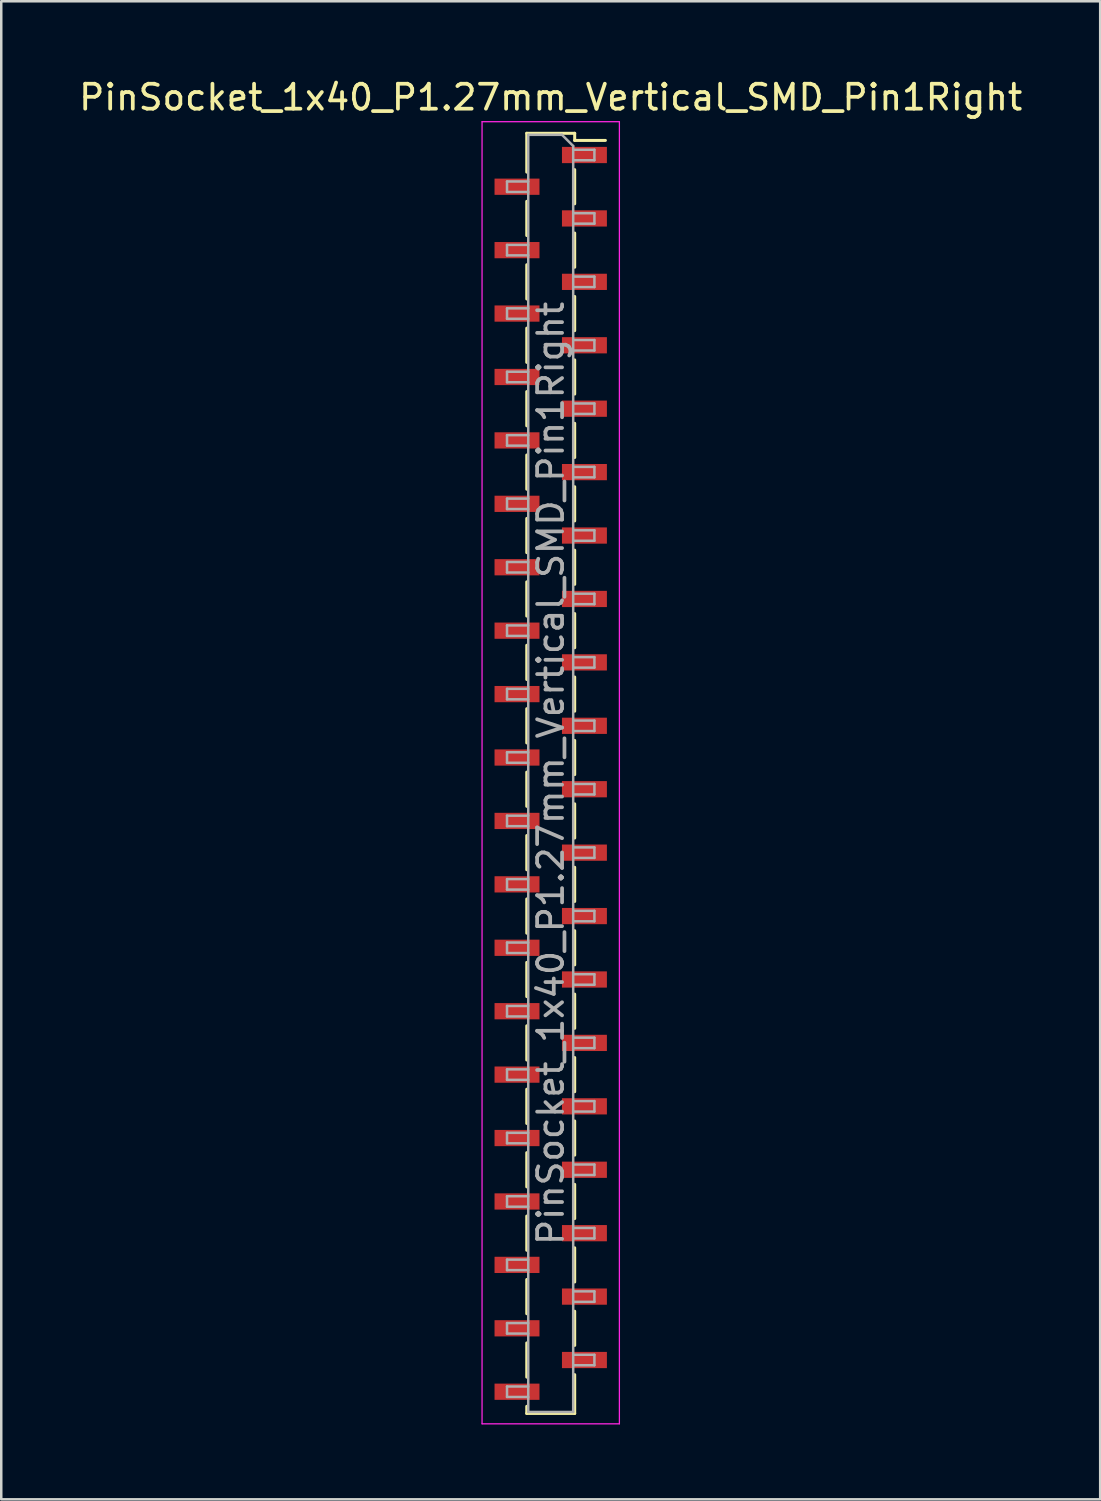
<source format=kicad_pcb>
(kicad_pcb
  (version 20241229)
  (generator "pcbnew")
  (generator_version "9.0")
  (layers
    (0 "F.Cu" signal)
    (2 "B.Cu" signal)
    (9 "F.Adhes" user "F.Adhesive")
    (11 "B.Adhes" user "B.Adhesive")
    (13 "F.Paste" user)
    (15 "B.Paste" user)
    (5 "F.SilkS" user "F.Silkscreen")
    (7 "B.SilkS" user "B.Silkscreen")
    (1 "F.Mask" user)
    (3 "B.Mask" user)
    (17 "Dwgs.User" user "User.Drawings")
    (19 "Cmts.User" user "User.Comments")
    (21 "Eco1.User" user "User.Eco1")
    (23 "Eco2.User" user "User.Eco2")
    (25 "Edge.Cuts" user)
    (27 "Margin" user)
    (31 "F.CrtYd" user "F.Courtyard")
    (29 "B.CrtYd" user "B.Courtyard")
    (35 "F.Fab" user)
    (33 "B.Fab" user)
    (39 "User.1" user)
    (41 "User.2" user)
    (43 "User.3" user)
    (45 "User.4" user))
  (footprint "PinSocket_1x40_P1.27mm_Vertical_SMD_Pin1Right"
    (layer "F.Cu")
    (at 19.006 27.923)
    (property "Reference" "PinSocket_1x40_P1.27mm_Vertical_SMD_Pin1Right" (at 0 -27.075 0) (layer "F.SilkS") (effects (font (size 1 1) (thickness 0.15))))
    (attr smd)
    (fp_line (start -0.96 -25.635) (end -0.96 -24.08) (stroke (width 0.12) (type solid)) (layer "F.SilkS"))
    (fp_line (start -0.96 -25.635) (end 0.96 -25.635) (stroke (width 0.12) (type solid)) (layer "F.SilkS"))
    (fp_line (start -0.96 -22.91) (end -0.96 -21.54) (stroke (width 0.12) (type solid)) (layer "F.SilkS"))
    (fp_line (start -0.96 -20.37) (end -0.96 -19) (stroke (width 0.12) (type solid)) (layer "F.SilkS"))
    (fp_line (start -0.96 -17.83) (end -0.96 -16.46) (stroke (width 0.12) (type solid)) (layer "F.SilkS"))
    (fp_line (start -0.96 -15.29) (end -0.96 -13.92) (stroke (width 0.12) (type solid)) (layer "F.SilkS"))
    (fp_line (start -0.96 -12.75) (end -0.96 -11.38) (stroke (width 0.12) (type solid)) (layer "F.SilkS"))
    (fp_line (start -0.96 -10.21) (end -0.96 -8.84) (stroke (width 0.12) (type solid)) (layer "F.SilkS"))
    (fp_line (start -0.96 -7.67) (end -0.96 -6.3) (stroke (width 0.12) (type solid)) (layer "F.SilkS"))
    (fp_line (start -0.96 -5.13) (end -0.96 -3.76) (stroke (width 0.12) (type solid)) (layer "F.SilkS"))
    (fp_line (start -0.96 -2.59) (end -0.96 -1.22) (stroke (width 0.12) (type solid)) (layer "F.SilkS"))
    (fp_line (start -0.96 -0.05) (end -0.96 1.32) (stroke (width 0.12) (type solid)) (layer "F.SilkS"))
    (fp_line (start -0.96 2.49) (end -0.96 3.86) (stroke (width 0.12) (type solid)) (layer "F.SilkS"))
    (fp_line (start -0.96 5.03) (end -0.96 6.4) (stroke (width 0.12) (type solid)) (layer "F.SilkS"))
    (fp_line (start -0.96 7.57) (end -0.96 8.94) (stroke (width 0.12) (type solid)) (layer "F.SilkS"))
    (fp_line (start -0.96 10.11) (end -0.96 11.48) (stroke (width 0.12) (type solid)) (layer "F.SilkS"))
    (fp_line (start -0.96 12.65) (end -0.96 14.02) (stroke (width 0.12) (type solid)) (layer "F.SilkS"))
    (fp_line (start -0.96 15.19) (end -0.96 16.56) (stroke (width 0.12) (type solid)) (layer "F.SilkS"))
    (fp_line (start -0.96 17.73) (end -0.96 19.1) (stroke (width 0.12) (type solid)) (layer "F.SilkS"))
    (fp_line (start -0.96 20.27) (end -0.96 21.64) (stroke (width 0.12) (type solid)) (layer "F.SilkS"))
    (fp_line (start -0.96 22.81) (end -0.96 24.18) (stroke (width 0.12) (type solid)) (layer "F.SilkS"))
    (fp_line (start -0.96 25.35) (end -0.96 25.635) (stroke (width 0.12) (type solid)) (layer "F.SilkS"))
    (fp_line (start -0.96 25.635) (end 0.96 25.635) (stroke (width 0.12) (type solid)) (layer "F.SilkS"))
    (fp_line (start 0.96 -25.635) (end 0.96 -25.35) (stroke (width 0.12) (type solid)) (layer "F.SilkS"))
    (fp_line (start 0.96 -25.35) (end 2.19 -25.35) (stroke (width 0.12) (type solid)) (layer "F.SilkS"))
    (fp_line (start 0.96 -24.18) (end 0.96 -22.81) (stroke (width 0.12) (type solid)) (layer "F.SilkS"))
    (fp_line (start 0.96 -21.64) (end 0.96 -20.27) (stroke (width 0.12) (type solid)) (layer "F.SilkS"))
    (fp_line (start 0.96 -19.1) (end 0.96 -17.73) (stroke (width 0.12) (type solid)) (layer "F.SilkS"))
    (fp_line (start 0.96 -16.56) (end 0.96 -15.19) (stroke (width 0.12) (type solid)) (layer "F.SilkS"))
    (fp_line (start 0.96 -14.02) (end 0.96 -12.65) (stroke (width 0.12) (type solid)) (layer "F.SilkS"))
    (fp_line (start 0.96 -11.48) (end 0.96 -10.11) (stroke (width 0.12) (type solid)) (layer "F.SilkS"))
    (fp_line (start 0.96 -8.94) (end 0.96 -7.57) (stroke (width 0.12) (type solid)) (layer "F.SilkS"))
    (fp_line (start 0.96 -6.4) (end 0.96 -5.03) (stroke (width 0.12) (type solid)) (layer "F.SilkS"))
    (fp_line (start 0.96 -3.86) (end 0.96 -2.49) (stroke (width 0.12) (type solid)) (layer "F.SilkS"))
    (fp_line (start 0.96 -1.32) (end 0.96 0.05) (stroke (width 0.12) (type solid)) (layer "F.SilkS"))
    (fp_line (start 0.96 1.22) (end 0.96 2.59) (stroke (width 0.12) (type solid)) (layer "F.SilkS"))
    (fp_line (start 0.96 3.76) (end 0.96 5.13) (stroke (width 0.12) (type solid)) (layer "F.SilkS"))
    (fp_line (start 0.96 6.3) (end 0.96 7.67) (stroke (width 0.12) (type solid)) (layer "F.SilkS"))
    (fp_line (start 0.96 8.84) (end 0.96 10.21) (stroke (width 0.12) (type solid)) (layer "F.SilkS"))
    (fp_line (start 0.96 11.38) (end 0.96 12.75) (stroke (width 0.12) (type solid)) (layer "F.SilkS"))
    (fp_line (start 0.96 13.92) (end 0.96 15.29) (stroke (width 0.12) (type solid)) (layer "F.SilkS"))
    (fp_line (start 0.96 16.46) (end 0.96 17.83) (stroke (width 0.12) (type solid)) (layer "F.SilkS"))
    (fp_line (start 0.96 19) (end 0.96 20.37) (stroke (width 0.12) (type solid)) (layer "F.SilkS"))
    (fp_line (start 0.96 21.54) (end 0.96 22.91) (stroke (width 0.12) (type solid)) (layer "F.SilkS"))
    (fp_line (start 0.96 24.08) (end 0.96 25.635) (stroke (width 0.12) (type solid)) (layer "F.SilkS"))
    (fp_line (start -2.75 -26.1) (end 2.75 -26.1) (stroke (width 0.05) (type solid)) (layer "F.CrtYd"))
    (fp_line (start -2.75 26.05) (end -2.75 -26.1) (stroke (width 0.05) (type solid)) (layer "F.CrtYd"))
    (fp_line (start 2.75 -26.1) (end 2.75 26.05) (stroke (width 0.05) (type solid)) (layer "F.CrtYd"))
    (fp_line (start 2.75 26.05) (end -2.75 26.05) (stroke (width 0.05) (type solid)) (layer "F.CrtYd"))
    (fp_line (start -1.75 -23.705) (end -0.9 -23.705) (stroke (width 0.1) (type solid)) (layer "F.Fab"))
    (fp_line (start -1.75 -23.285) (end -1.75 -23.705) (stroke (width 0.1) (type solid)) (layer "F.Fab"))
    (fp_line (start -1.75 -21.165) (end -0.9 -21.165) (stroke (width 0.1) (type solid)) (layer "F.Fab"))
    (fp_line (start -1.75 -20.745) (end -1.75 -21.165) (stroke (width 0.1) (type solid)) (layer "F.Fab"))
    (fp_line (start -1.75 -18.625) (end -0.9 -18.625) (stroke (width 0.1) (type solid)) (layer "F.Fab"))
    (fp_line (start -1.75 -18.205) (end -1.75 -18.625) (stroke (width 0.1) (type solid)) (layer "F.Fab"))
    (fp_line (start -1.75 -16.085) (end -0.9 -16.085) (stroke (width 0.1) (type solid)) (layer "F.Fab"))
    (fp_line (start -1.75 -15.665) (end -1.75 -16.085) (stroke (width 0.1) (type solid)) (layer "F.Fab"))
    (fp_line (start -1.75 -13.545) (end -0.9 -13.545) (stroke (width 0.1) (type solid)) (layer "F.Fab"))
    (fp_line (start -1.75 -13.125) (end -1.75 -13.545) (stroke (width 0.1) (type solid)) (layer "F.Fab"))
    (fp_line (start -1.75 -11.005) (end -0.9 -11.005) (stroke (width 0.1) (type solid)) (layer "F.Fab"))
    (fp_line (start -1.75 -10.585) (end -1.75 -11.005) (stroke (width 0.1) (type solid)) (layer "F.Fab"))
    (fp_line (start -1.75 -8.465) (end -0.9 -8.465) (stroke (width 0.1) (type solid)) (layer "F.Fab"))
    (fp_line (start -1.75 -8.045) (end -1.75 -8.465) (stroke (width 0.1) (type solid)) (layer "F.Fab"))
    (fp_line (start -1.75 -5.925) (end -0.9 -5.925) (stroke (width 0.1) (type solid)) (layer "F.Fab"))
    (fp_line (start -1.75 -5.505) (end -1.75 -5.925) (stroke (width 0.1) (type solid)) (layer "F.Fab"))
    (fp_line (start -1.75 -3.385) (end -0.9 -3.385) (stroke (width 0.1) (type solid)) (layer "F.Fab"))
    (fp_line (start -1.75 -2.965) (end -1.75 -3.385) (stroke (width 0.1) (type solid)) (layer "F.Fab"))
    (fp_line (start -1.75 -0.845) (end -0.9 -0.845) (stroke (width 0.1) (type solid)) (layer "F.Fab"))
    (fp_line (start -1.75 -0.425) (end -1.75 -0.845) (stroke (width 0.1) (type solid)) (layer "F.Fab"))
    (fp_line (start -1.75 1.695) (end -0.9 1.695) (stroke (width 0.1) (type solid)) (layer "F.Fab"))
    (fp_line (start -1.75 2.115) (end -1.75 1.695) (stroke (width 0.1) (type solid)) (layer "F.Fab"))
    (fp_line (start -1.75 4.235) (end -0.9 4.235) (stroke (width 0.1) (type solid)) (layer "F.Fab"))
    (fp_line (start -1.75 4.655) (end -1.75 4.235) (stroke (width 0.1) (type solid)) (layer "F.Fab"))
    (fp_line (start -1.75 6.775) (end -0.9 6.775) (stroke (width 0.1) (type solid)) (layer "F.Fab"))
    (fp_line (start -1.75 7.195) (end -1.75 6.775) (stroke (width 0.1) (type solid)) (layer "F.Fab"))
    (fp_line (start -1.75 9.315) (end -0.9 9.315) (stroke (width 0.1) (type solid)) (layer "F.Fab"))
    (fp_line (start -1.75 9.735) (end -1.75 9.315) (stroke (width 0.1) (type solid)) (layer "F.Fab"))
    (fp_line (start -1.75 11.855) (end -0.9 11.855) (stroke (width 0.1) (type solid)) (layer "F.Fab"))
    (fp_line (start -1.75 12.275) (end -1.75 11.855) (stroke (width 0.1) (type solid)) (layer "F.Fab"))
    (fp_line (start -1.75 14.395) (end -0.9 14.395) (stroke (width 0.1) (type solid)) (layer "F.Fab"))
    (fp_line (start -1.75 14.815) (end -1.75 14.395) (stroke (width 0.1) (type solid)) (layer "F.Fab"))
    (fp_line (start -1.75 16.935) (end -0.9 16.935) (stroke (width 0.1) (type solid)) (layer "F.Fab"))
    (fp_line (start -1.75 17.355) (end -1.75 16.935) (stroke (width 0.1) (type solid)) (layer "F.Fab"))
    (fp_line (start -1.75 19.475) (end -0.9 19.475) (stroke (width 0.1) (type solid)) (layer "F.Fab"))
    (fp_line (start -1.75 19.895) (end -1.75 19.475) (stroke (width 0.1) (type solid)) (layer "F.Fab"))
    (fp_line (start -1.75 22.015) (end -0.9 22.015) (stroke (width 0.1) (type solid)) (layer "F.Fab"))
    (fp_line (start -1.75 22.435) (end -1.75 22.015) (stroke (width 0.1) (type solid)) (layer "F.Fab"))
    (fp_line (start -1.75 24.555) (end -0.9 24.555) (stroke (width 0.1) (type solid)) (layer "F.Fab"))
    (fp_line (start -1.75 24.975) (end -1.75 24.555) (stroke (width 0.1) (type solid)) (layer "F.Fab"))
    (fp_line (start -0.9 -25.575) (end 0.45 -25.575) (stroke (width 0.1) (type solid)) (layer "F.Fab"))
    (fp_line (start -0.9 -23.285) (end -1.75 -23.285) (stroke (width 0.1) (type solid)) (layer "F.Fab"))
    (fp_line (start -0.9 -20.745) (end -1.75 -20.745) (stroke (width 0.1) (type solid)) (layer "F.Fab"))
    (fp_line (start -0.9 -18.205) (end -1.75 -18.205) (stroke (width 0.1) (type solid)) (layer "F.Fab"))
    (fp_line (start -0.9 -15.665) (end -1.75 -15.665) (stroke (width 0.1) (type solid)) (layer "F.Fab"))
    (fp_line (start -0.9 -13.125) (end -1.75 -13.125) (stroke (width 0.1) (type solid)) (layer "F.Fab"))
    (fp_line (start -0.9 -10.585) (end -1.75 -10.585) (stroke (width 0.1) (type solid)) (layer "F.Fab"))
    (fp_line (start -0.9 -8.045) (end -1.75 -8.045) (stroke (width 0.1) (type solid)) (layer "F.Fab"))
    (fp_line (start -0.9 -5.505) (end -1.75 -5.505) (stroke (width 0.1) (type solid)) (layer "F.Fab"))
    (fp_line (start -0.9 -2.965) (end -1.75 -2.965) (stroke (width 0.1) (type solid)) (layer "F.Fab"))
    (fp_line (start -0.9 -0.425) (end -1.75 -0.425) (stroke (width 0.1) (type solid)) (layer "F.Fab"))
    (fp_line (start -0.9 2.115) (end -1.75 2.115) (stroke (width 0.1) (type solid)) (layer "F.Fab"))
    (fp_line (start -0.9 4.655) (end -1.75 4.655) (stroke (width 0.1) (type solid)) (layer "F.Fab"))
    (fp_line (start -0.9 7.195) (end -1.75 7.195) (stroke (width 0.1) (type solid)) (layer "F.Fab"))
    (fp_line (start -0.9 9.735) (end -1.75 9.735) (stroke (width 0.1) (type solid)) (layer "F.Fab"))
    (fp_line (start -0.9 12.275) (end -1.75 12.275) (stroke (width 0.1) (type solid)) (layer "F.Fab"))
    (fp_line (start -0.9 14.815) (end -1.75 14.815) (stroke (width 0.1) (type solid)) (layer "F.Fab"))
    (fp_line (start -0.9 17.355) (end -1.75 17.355) (stroke (width 0.1) (type solid)) (layer "F.Fab"))
    (fp_line (start -0.9 19.895) (end -1.75 19.895) (stroke (width 0.1) (type solid)) (layer "F.Fab"))
    (fp_line (start -0.9 22.435) (end -1.75 22.435) (stroke (width 0.1) (type solid)) (layer "F.Fab"))
    (fp_line (start -0.9 24.975) (end -1.75 24.975) (stroke (width 0.1) (type solid)) (layer "F.Fab"))
    (fp_line (start -0.9 25.575) (end -0.9 -25.575) (stroke (width 0.1) (type solid)) (layer "F.Fab"))
    (fp_line (start 0.45 -25.575) (end 0.9 -25.125) (stroke (width 0.1) (type solid)) (layer "F.Fab"))
    (fp_line (start 0.9 -25.125) (end 0.9 25.575) (stroke (width 0.1) (type solid)) (layer "F.Fab"))
    (fp_line (start 0.9 -24.975) (end 1.75 -24.975) (stroke (width 0.1) (type solid)) (layer "F.Fab"))
    (fp_line (start 0.9 -22.435) (end 1.75 -22.435) (stroke (width 0.1) (type solid)) (layer "F.Fab"))
    (fp_line (start 0.9 -19.895) (end 1.75 -19.895) (stroke (width 0.1) (type solid)) (layer "F.Fab"))
    (fp_line (start 0.9 -17.355) (end 1.75 -17.355) (stroke (width 0.1) (type solid)) (layer "F.Fab"))
    (fp_line (start 0.9 -14.815) (end 1.75 -14.815) (stroke (width 0.1) (type solid)) (layer "F.Fab"))
    (fp_line (start 0.9 -12.275) (end 1.75 -12.275) (stroke (width 0.1) (type solid)) (layer "F.Fab"))
    (fp_line (start 0.9 -9.735) (end 1.75 -9.735) (stroke (width 0.1) (type solid)) (layer "F.Fab"))
    (fp_line (start 0.9 -7.195) (end 1.75 -7.195) (stroke (width 0.1) (type solid)) (layer "F.Fab"))
    (fp_line (start 0.9 -4.655) (end 1.75 -4.655) (stroke (width 0.1) (type solid)) (layer "F.Fab"))
    (fp_line (start 0.9 -2.115) (end 1.75 -2.115) (stroke (width 0.1) (type solid)) (layer "F.Fab"))
    (fp_line (start 0.9 0.425) (end 1.75 0.425) (stroke (width 0.1) (type solid)) (layer "F.Fab"))
    (fp_line (start 0.9 2.965) (end 1.75 2.965) (stroke (width 0.1) (type solid)) (layer "F.Fab"))
    (fp_line (start 0.9 5.505) (end 1.75 5.505) (stroke (width 0.1) (type solid)) (layer "F.Fab"))
    (fp_line (start 0.9 8.045) (end 1.75 8.045) (stroke (width 0.1) (type solid)) (layer "F.Fab"))
    (fp_line (start 0.9 10.585) (end 1.75 10.585) (stroke (width 0.1) (type solid)) (layer "F.Fab"))
    (fp_line (start 0.9 13.125) (end 1.75 13.125) (stroke (width 0.1) (type solid)) (layer "F.Fab"))
    (fp_line (start 0.9 15.665) (end 1.75 15.665) (stroke (width 0.1) (type solid)) (layer "F.Fab"))
    (fp_line (start 0.9 18.205) (end 1.75 18.205) (stroke (width 0.1) (type solid)) (layer "F.Fab"))
    (fp_line (start 0.9 20.745) (end 1.75 20.745) (stroke (width 0.1) (type solid)) (layer "F.Fab"))
    (fp_line (start 0.9 23.285) (end 1.75 23.285) (stroke (width 0.1) (type solid)) (layer "F.Fab"))
    (fp_line (start 0.9 25.575) (end -0.9 25.575) (stroke (width 0.1) (type solid)) (layer "F.Fab"))
    (fp_line (start 1.75 -24.975) (end 1.75 -24.555) (stroke (width 0.1) (type solid)) (layer "F.Fab"))
    (fp_line (start 1.75 -24.555) (end 0.9 -24.555) (stroke (width 0.1) (type solid)) (layer "F.Fab"))
    (fp_line (start 1.75 -22.435) (end 1.75 -22.015) (stroke (width 0.1) (type solid)) (layer "F.Fab"))
    (fp_line (start 1.75 -22.015) (end 0.9 -22.015) (stroke (width 0.1) (type solid)) (layer "F.Fab"))
    (fp_line (start 1.75 -19.895) (end 1.75 -19.475) (stroke (width 0.1) (type solid)) (layer "F.Fab"))
    (fp_line (start 1.75 -19.475) (end 0.9 -19.475) (stroke (width 0.1) (type solid)) (layer "F.Fab"))
    (fp_line (start 1.75 -17.355) (end 1.75 -16.935) (stroke (width 0.1) (type solid)) (layer "F.Fab"))
    (fp_line (start 1.75 -16.935) (end 0.9 -16.935) (stroke (width 0.1) (type solid)) (layer "F.Fab"))
    (fp_line (start 1.75 -14.815) (end 1.75 -14.395) (stroke (width 0.1) (type solid)) (layer "F.Fab"))
    (fp_line (start 1.75 -14.395) (end 0.9 -14.395) (stroke (width 0.1) (type solid)) (layer "F.Fab"))
    (fp_line (start 1.75 -12.275) (end 1.75 -11.855) (stroke (width 0.1) (type solid)) (layer "F.Fab"))
    (fp_line (start 1.75 -11.855) (end 0.9 -11.855) (stroke (width 0.1) (type solid)) (layer "F.Fab"))
    (fp_line (start 1.75 -9.735) (end 1.75 -9.315) (stroke (width 0.1) (type solid)) (layer "F.Fab"))
    (fp_line (start 1.75 -9.315) (end 0.9 -9.315) (stroke (width 0.1) (type solid)) (layer "F.Fab"))
    (fp_line (start 1.75 -7.195) (end 1.75 -6.775) (stroke (width 0.1) (type solid)) (layer "F.Fab"))
    (fp_line (start 1.75 -6.775) (end 0.9 -6.775) (stroke (width 0.1) (type solid)) (layer "F.Fab"))
    (fp_line (start 1.75 -4.655) (end 1.75 -4.235) (stroke (width 0.1) (type solid)) (layer "F.Fab"))
    (fp_line (start 1.75 -4.235) (end 0.9 -4.235) (stroke (width 0.1) (type solid)) (layer "F.Fab"))
    (fp_line (start 1.75 -2.115) (end 1.75 -1.695) (stroke (width 0.1) (type solid)) (layer "F.Fab"))
    (fp_line (start 1.75 -1.695) (end 0.9 -1.695) (stroke (width 0.1) (type solid)) (layer "F.Fab"))
    (fp_line (start 1.75 0.425) (end 1.75 0.845) (stroke (width 0.1) (type solid)) (layer "F.Fab"))
    (fp_line (start 1.75 0.845) (end 0.9 0.845) (stroke (width 0.1) (type solid)) (layer "F.Fab"))
    (fp_line (start 1.75 2.965) (end 1.75 3.385) (stroke (width 0.1) (type solid)) (layer "F.Fab"))
    (fp_line (start 1.75 3.385) (end 0.9 3.385) (stroke (width 0.1) (type solid)) (layer "F.Fab"))
    (fp_line (start 1.75 5.505) (end 1.75 5.925) (stroke (width 0.1) (type solid)) (layer "F.Fab"))
    (fp_line (start 1.75 5.925) (end 0.9 5.925) (stroke (width 0.1) (type solid)) (layer "F.Fab"))
    (fp_line (start 1.75 8.045) (end 1.75 8.465) (stroke (width 0.1) (type solid)) (layer "F.Fab"))
    (fp_line (start 1.75 8.465) (end 0.9 8.465) (stroke (width 0.1) (type solid)) (layer "F.Fab"))
    (fp_line (start 1.75 10.585) (end 1.75 11.005) (stroke (width 0.1) (type solid)) (layer "F.Fab"))
    (fp_line (start 1.75 11.005) (end 0.9 11.005) (stroke (width 0.1) (type solid)) (layer "F.Fab"))
    (fp_line (start 1.75 13.125) (end 1.75 13.545) (stroke (width 0.1) (type solid)) (layer "F.Fab"))
    (fp_line (start 1.75 13.545) (end 0.9 13.545) (stroke (width 0.1) (type solid)) (layer "F.Fab"))
    (fp_line (start 1.75 15.665) (end 1.75 16.085) (stroke (width 0.1) (type solid)) (layer "F.Fab"))
    (fp_line (start 1.75 16.085) (end 0.9 16.085) (stroke (width 0.1) (type solid)) (layer "F.Fab"))
    (fp_line (start 1.75 18.205) (end 1.75 18.625) (stroke (width 0.1) (type solid)) (layer "F.Fab"))
    (fp_line (start 1.75 18.625) (end 0.9 18.625) (stroke (width 0.1) (type solid)) (layer "F.Fab"))
    (fp_line (start 1.75 20.745) (end 1.75 21.165) (stroke (width 0.1) (type solid)) (layer "F.Fab"))
    (fp_line (start 1.75 21.165) (end 0.9 21.165) (stroke (width 0.1) (type solid)) (layer "F.Fab"))
    (fp_line (start 1.75 23.285) (end 1.75 23.705) (stroke (width 0.1) (type solid)) (layer "F.Fab"))
    (fp_line (start 1.75 23.705) (end 0.9 23.705) (stroke (width 0.1) (type solid)) (layer "F.Fab"))
    (fp_text user "${REFERENCE}" (at 0 0 90) (layer "F.Fab") (effects (font (size 1 1) (thickness 0.15))))
    (pad "1" smd rect (at 1.35 -24.765) (size 1.8 0.65) (layers "F.Cu" "F.Mask" "F.Paste"))
    (pad "2" smd rect (at -1.35 -23.495) (size 1.8 0.65) (layers "F.Cu" "F.Mask" "F.Paste"))
    (pad "3" smd rect (at 1.35 -22.225) (size 1.8 0.65) (layers "F.Cu" "F.Mask" "F.Paste"))
    (pad "4" smd rect (at -1.35 -20.955) (size 1.8 0.65) (layers "F.Cu" "F.Mask" "F.Paste"))
    (pad "5" smd rect (at 1.35 -19.685) (size 1.8 0.65) (layers "F.Cu" "F.Mask" "F.Paste"))
    (pad "6" smd rect (at -1.35 -18.415) (size 1.8 0.65) (layers "F.Cu" "F.Mask" "F.Paste"))
    (pad "7" smd rect (at 1.35 -17.145) (size 1.8 0.65) (layers "F.Cu" "F.Mask" "F.Paste"))
    (pad "8" smd rect (at -1.35 -15.875) (size 1.8 0.65) (layers "F.Cu" "F.Mask" "F.Paste"))
    (pad "9" smd rect (at 1.35 -14.605) (size 1.8 0.65) (layers "F.Cu" "F.Mask" "F.Paste"))
    (pad "10" smd rect (at -1.35 -13.335) (size 1.8 0.65) (layers "F.Cu" "F.Mask" "F.Paste"))
    (pad "11" smd rect (at 1.35 -12.065) (size 1.8 0.65) (layers "F.Cu" "F.Mask" "F.Paste"))
    (pad "12" smd rect (at -1.35 -10.795) (size 1.8 0.65) (layers "F.Cu" "F.Mask" "F.Paste"))
    (pad "13" smd rect (at 1.35 -9.525) (size 1.8 0.65) (layers "F.Cu" "F.Mask" "F.Paste"))
    (pad "14" smd rect (at -1.35 -8.255) (size 1.8 0.65) (layers "F.Cu" "F.Mask" "F.Paste"))
    (pad "15" smd rect (at 1.35 -6.985) (size 1.8 0.65) (layers "F.Cu" "F.Mask" "F.Paste"))
    (pad "16" smd rect (at -1.35 -5.715) (size 1.8 0.65) (layers "F.Cu" "F.Mask" "F.Paste"))
    (pad "17" smd rect (at 1.35 -4.445) (size 1.8 0.65) (layers "F.Cu" "F.Mask" "F.Paste"))
    (pad "18" smd rect (at -1.35 -3.175) (size 1.8 0.65) (layers "F.Cu" "F.Mask" "F.Paste"))
    (pad "19" smd rect (at 1.35 -1.905) (size 1.8 0.65) (layers "F.Cu" "F.Mask" "F.Paste"))
    (pad "20" smd rect (at -1.35 -0.635) (size 1.8 0.65) (layers "F.Cu" "F.Mask" "F.Paste"))
    (pad "21" smd rect (at 1.35 0.635) (size 1.8 0.65) (layers "F.Cu" "F.Mask" "F.Paste"))
    (pad "22" smd rect (at -1.35 1.905) (size 1.8 0.65) (layers "F.Cu" "F.Mask" "F.Paste"))
    (pad "23" smd rect (at 1.35 3.175) (size 1.8 0.65) (layers "F.Cu" "F.Mask" "F.Paste"))
    (pad "24" smd rect (at -1.35 4.445) (size 1.8 0.65) (layers "F.Cu" "F.Mask" "F.Paste"))
    (pad "25" smd rect (at 1.35 5.715) (size 1.8 0.65) (layers "F.Cu" "F.Mask" "F.Paste"))
    (pad "26" smd rect (at -1.35 6.985) (size 1.8 0.65) (layers "F.Cu" "F.Mask" "F.Paste"))
    (pad "27" smd rect (at 1.35 8.255) (size 1.8 0.65) (layers "F.Cu" "F.Mask" "F.Paste"))
    (pad "28" smd rect (at -1.35 9.525) (size 1.8 0.65) (layers "F.Cu" "F.Mask" "F.Paste"))
    (pad "29" smd rect (at 1.35 10.795) (size 1.8 0.65) (layers "F.Cu" "F.Mask" "F.Paste"))
    (pad "30" smd rect (at -1.35 12.065) (size 1.8 0.65) (layers "F.Cu" "F.Mask" "F.Paste"))
    (pad "31" smd rect (at 1.35 13.335) (size 1.8 0.65) (layers "F.Cu" "F.Mask" "F.Paste"))
    (pad "32" smd rect (at -1.35 14.605) (size 1.8 0.65) (layers "F.Cu" "F.Mask" "F.Paste"))
    (pad "33" smd rect (at 1.35 15.875) (size 1.8 0.65) (layers "F.Cu" "F.Mask" "F.Paste"))
    (pad "34" smd rect (at -1.35 17.145) (size 1.8 0.65) (layers "F.Cu" "F.Mask" "F.Paste"))
    (pad "35" smd rect (at 1.35 18.415) (size 1.8 0.65) (layers "F.Cu" "F.Mask" "F.Paste"))
    (pad "36" smd rect (at -1.35 19.685) (size 1.8 0.65) (layers "F.Cu" "F.Mask" "F.Paste"))
    (pad "37" smd rect (at 1.35 20.955) (size 1.8 0.65) (layers "F.Cu" "F.Mask" "F.Paste"))
    (pad "38" smd rect (at -1.35 22.225) (size 1.8 0.65) (layers "F.Cu" "F.Mask" "F.Paste"))
    (pad "39" smd rect (at 1.35 23.495) (size 1.8 0.65) (layers "F.Cu" "F.Mask" "F.Paste"))
    (pad "40" smd rect (at -1.35 24.765) (size 1.8 0.65) (layers "F.Cu" "F.Mask" "F.Paste")))
  (gr_rect
    (start -3 -3)
    (end 41.012 56.998)
    (stroke (width 0.1) (type default))
    (fill no)
    (layer "Edge.Cuts")))
</source>
